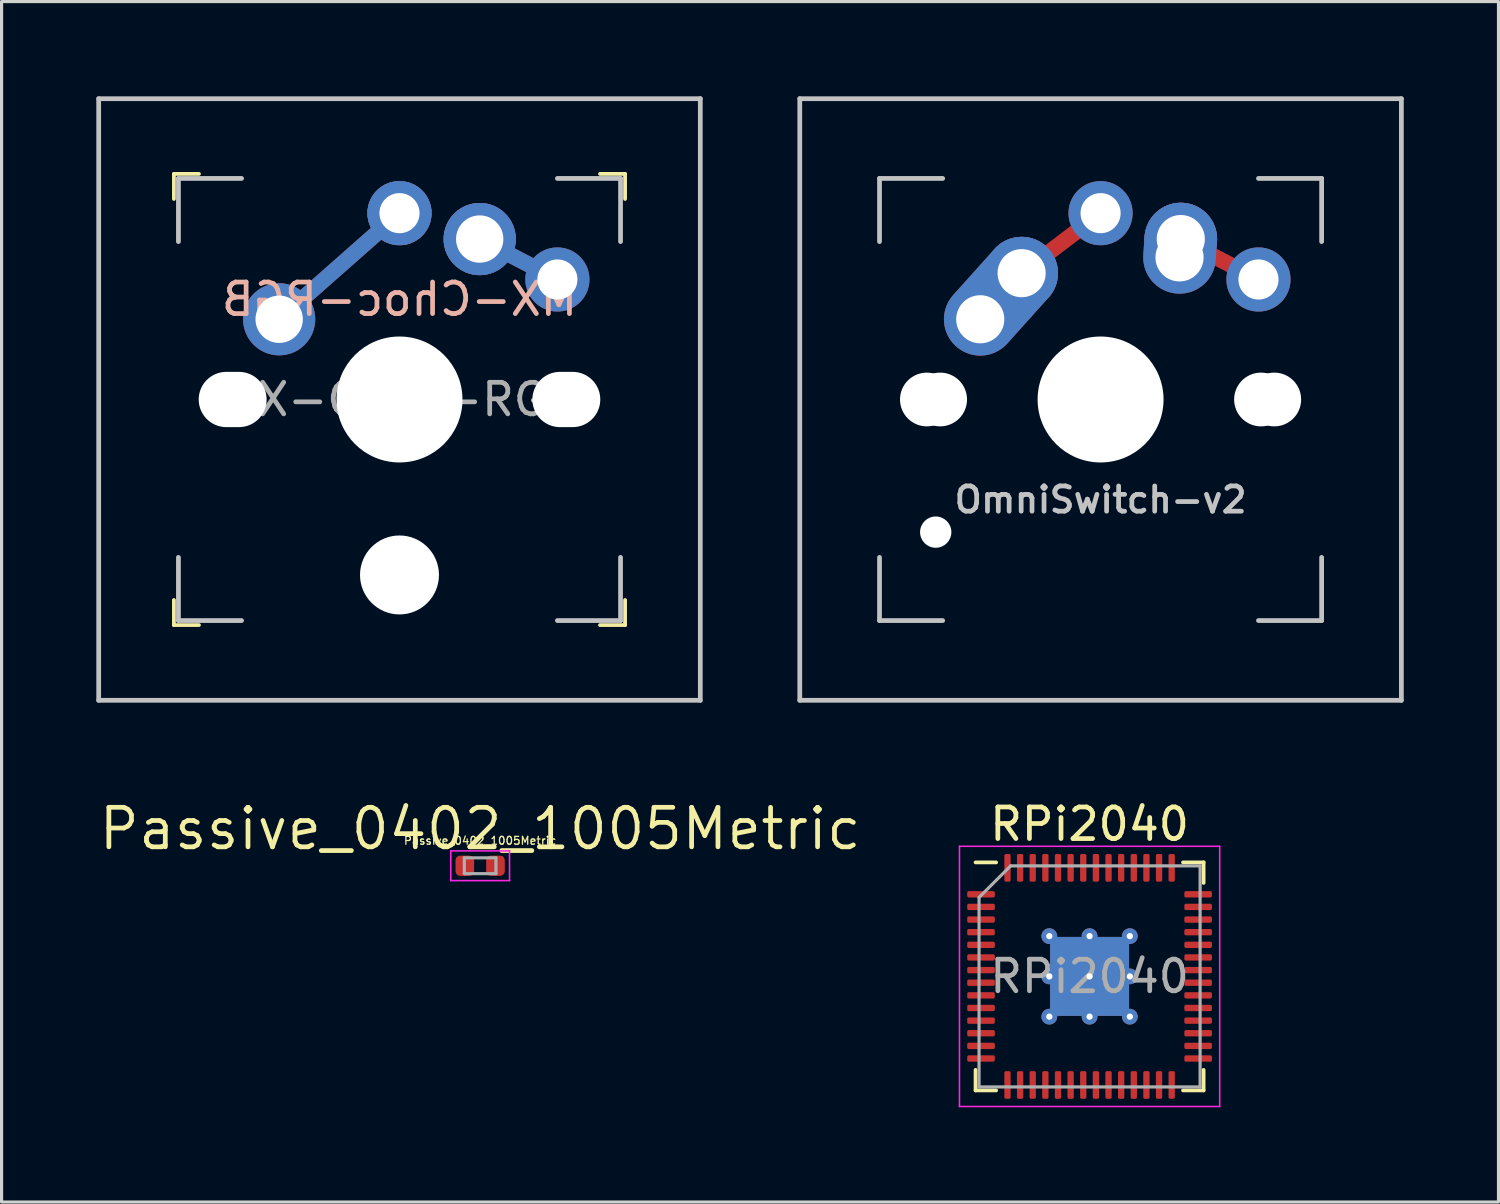
<source format=kicad_pcb>
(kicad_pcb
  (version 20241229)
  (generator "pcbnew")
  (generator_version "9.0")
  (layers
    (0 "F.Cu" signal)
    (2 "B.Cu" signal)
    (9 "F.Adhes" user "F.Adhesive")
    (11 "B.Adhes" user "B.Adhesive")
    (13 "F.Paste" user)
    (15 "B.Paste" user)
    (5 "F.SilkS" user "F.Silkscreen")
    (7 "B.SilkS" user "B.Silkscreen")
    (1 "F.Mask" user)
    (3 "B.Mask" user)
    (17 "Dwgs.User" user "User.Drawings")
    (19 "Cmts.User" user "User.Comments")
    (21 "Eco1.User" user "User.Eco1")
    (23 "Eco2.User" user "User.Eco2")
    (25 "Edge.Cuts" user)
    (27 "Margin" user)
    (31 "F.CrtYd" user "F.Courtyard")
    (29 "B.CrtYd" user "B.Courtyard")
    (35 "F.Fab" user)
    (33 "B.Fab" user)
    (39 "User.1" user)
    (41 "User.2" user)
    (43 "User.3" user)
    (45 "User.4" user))
  (footprint "RPi2040"
    (layer "F.Cu")
    (at 31.452 27.868)
    (property "Reference" "RPi2040" (at 0 -4.82 0) (layer "F.SilkS") (effects (font (size 1 1) (thickness 0.15))))
    (attr smd)
    (fp_line (start -3.61 3.61) (end -3.61 2.96) (stroke (width 0.12) (type solid)) (layer "F.SilkS"))
    (fp_line (start -2.96 -3.61) (end -3.61 -3.61) (stroke (width 0.12) (type solid)) (layer "F.SilkS"))
    (fp_line (start -2.96 3.61) (end -3.61 3.61) (stroke (width 0.12) (type solid)) (layer "F.SilkS"))
    (fp_line (start 2.96 -3.61) (end 3.61 -3.61) (stroke (width 0.12) (type solid)) (layer "F.SilkS"))
    (fp_line (start 2.96 3.61) (end 3.61 3.61) (stroke (width 0.12) (type solid)) (layer "F.SilkS"))
    (fp_line (start 3.61 -3.61) (end 3.61 -2.96) (stroke (width 0.12) (type solid)) (layer "F.SilkS"))
    (fp_line (start 3.61 3.61) (end 3.61 2.96) (stroke (width 0.12) (type solid)) (layer "F.SilkS"))
    (fp_line (start -4.12 -4.12) (end -4.12 4.12) (stroke (width 0.05) (type solid)) (layer "F.CrtYd"))
    (fp_line (start -4.12 4.12) (end 4.12 4.12) (stroke (width 0.05) (type solid)) (layer "F.CrtYd"))
    (fp_line (start 4.12 -4.12) (end -4.12 -4.12) (stroke (width 0.05) (type solid)) (layer "F.CrtYd"))
    (fp_line (start 4.12 4.12) (end 4.12 -4.12) (stroke (width 0.05) (type solid)) (layer "F.CrtYd"))
    (fp_line (start -3.5 -2.5) (end -2.5 -3.5) (stroke (width 0.1) (type solid)) (layer "F.Fab"))
    (fp_line (start -3.5 3.5) (end -3.5 -2.5) (stroke (width 0.1) (type solid)) (layer "F.Fab"))
    (fp_line (start -2.5 -3.5) (end 3.5 -3.5) (stroke (width 0.1) (type solid)) (layer "F.Fab"))
    (fp_line (start 3.5 -3.5) (end 3.5 3.5) (stroke (width 0.1) (type solid)) (layer "F.Fab"))
    (fp_line (start 3.5 3.5) (end -3.5 3.5) (stroke (width 0.1) (type solid)) (layer "F.Fab"))
    (fp_text user "${REFERENCE}" (at 0 0 0) (layer "F.Fab") (effects (font (size 1 1) (thickness 0.15))))
    (pad "" smd roundrect (at -0.637 -0.637) (size 1.084 1.084) (layers "F.Paste") (roundrect_rratio 0.231))
    (pad "" smd roundrect (at -0.637 0.637) (size 1.084 1.084) (layers "F.Paste") (roundrect_rratio 0.231))
    (pad "" smd roundrect (at 0.637 -0.637) (size 1.084 1.084) (layers "F.Paste") (roundrect_rratio 0.231))
    (pad "" smd roundrect (at 0.637 0.637) (size 1.084 1.084) (layers "F.Paste") (roundrect_rratio 0.231))
    (pad "1" smd roundrect (at -3.438 -2.6) (size 0.875 0.2) (layers "F.Cu" "F.Mask" "F.Paste") (roundrect_rratio 0.25))
    (pad "2" smd roundrect (at -3.438 -2.2) (size 0.875 0.2) (layers "F.Cu" "F.Mask" "F.Paste") (roundrect_rratio 0.25))
    (pad "3" smd roundrect (at -3.438 -1.8) (size 0.875 0.2) (layers "F.Cu" "F.Mask" "F.Paste") (roundrect_rratio 0.25))
    (pad "4" smd roundrect (at -3.438 -1.4) (size 0.875 0.2) (layers "F.Cu" "F.Mask" "F.Paste") (roundrect_rratio 0.25))
    (pad "5" smd roundrect (at -3.438 -1) (size 0.875 0.2) (layers "F.Cu" "F.Mask" "F.Paste") (roundrect_rratio 0.25))
    (pad "6" smd roundrect (at -3.438 -0.6) (size 0.875 0.2) (layers "F.Cu" "F.Mask" "F.Paste") (roundrect_rratio 0.25))
    (pad "7" smd roundrect (at -3.438 -0.2) (size 0.875 0.2) (layers "F.Cu" "F.Mask" "F.Paste") (roundrect_rratio 0.25))
    (pad "8" smd roundrect (at -3.438 0.2) (size 0.875 0.2) (layers "F.Cu" "F.Mask" "F.Paste") (roundrect_rratio 0.25))
    (pad "9" smd roundrect (at -3.438 0.6) (size 0.875 0.2) (layers "F.Cu" "F.Mask" "F.Paste") (roundrect_rratio 0.25))
    (pad "10" smd roundrect (at -3.438 1) (size 0.875 0.2) (layers "F.Cu" "F.Mask" "F.Paste") (roundrect_rratio 0.25))
    (pad "11" smd roundrect (at -3.438 1.4) (size 0.875 0.2) (layers "F.Cu" "F.Mask" "F.Paste") (roundrect_rratio 0.25))
    (pad "12" smd roundrect (at -3.438 1.8) (size 0.875 0.2) (layers "F.Cu" "F.Mask" "F.Paste") (roundrect_rratio 0.25))
    (pad "13" smd roundrect (at -3.438 2.2) (size 0.875 0.2) (layers "F.Cu" "F.Mask" "F.Paste") (roundrect_rratio 0.25))
    (pad "14" smd roundrect (at -3.438 2.6) (size 0.875 0.2) (layers "F.Cu" "F.Mask" "F.Paste") (roundrect_rratio 0.25))
    (pad "15" smd roundrect (at -2.6 3.438) (size 0.2 0.875) (layers "F.Cu" "F.Mask" "F.Paste") (roundrect_rratio 0.25))
    (pad "16" smd roundrect (at -2.2 3.438) (size 0.2 0.875) (layers "F.Cu" "F.Mask" "F.Paste") (roundrect_rratio 0.25))
    (pad "17" smd roundrect (at -1.8 3.438) (size 0.2 0.875) (layers "F.Cu" "F.Mask" "F.Paste") (roundrect_rratio 0.25))
    (pad "18" smd roundrect (at -1.4 3.438) (size 0.2 0.875) (layers "F.Cu" "F.Mask" "F.Paste") (roundrect_rratio 0.25))
    (pad "19" smd roundrect (at -1 3.438) (size 0.2 0.875) (layers "F.Cu" "F.Mask" "F.Paste") (roundrect_rratio 0.25))
    (pad "20" smd roundrect (at -0.6 3.438) (size 0.2 0.875) (layers "F.Cu" "F.Mask" "F.Paste") (roundrect_rratio 0.25))
    (pad "21" smd roundrect (at -0.2 3.438) (size 0.2 0.875) (layers "F.Cu" "F.Mask" "F.Paste") (roundrect_rratio 0.25))
    (pad "22" smd roundrect (at 0.2 3.438) (size 0.2 0.875) (layers "F.Cu" "F.Mask" "F.Paste") (roundrect_rratio 0.25))
    (pad "23" smd roundrect (at 0.6 3.438) (size 0.2 0.875) (layers "F.Cu" "F.Mask" "F.Paste") (roundrect_rratio 0.25))
    (pad "24" smd roundrect (at 1 3.438) (size 0.2 0.875) (layers "F.Cu" "F.Mask" "F.Paste") (roundrect_rratio 0.25))
    (pad "25" smd roundrect (at 1.4 3.438) (size 0.2 0.875) (layers "F.Cu" "F.Mask" "F.Paste") (roundrect_rratio 0.25))
    (pad "26" smd roundrect (at 1.8 3.438) (size 0.2 0.875) (layers "F.Cu" "F.Mask" "F.Paste") (roundrect_rratio 0.25))
    (pad "27" smd roundrect (at 2.2 3.438) (size 0.2 0.875) (layers "F.Cu" "F.Mask" "F.Paste") (roundrect_rratio 0.25))
    (pad "28" smd roundrect (at 2.6 3.438) (size 0.2 0.875) (layers "F.Cu" "F.Mask" "F.Paste") (roundrect_rratio 0.25))
    (pad "29" smd roundrect (at 3.438 2.6) (size 0.875 0.2) (layers "F.Cu" "F.Mask" "F.Paste") (roundrect_rratio 0.25))
    (pad "30" smd roundrect (at 3.438 2.2) (size 0.875 0.2) (layers "F.Cu" "F.Mask" "F.Paste") (roundrect_rratio 0.25))
    (pad "31" smd roundrect (at 3.438 1.8) (size 0.875 0.2) (layers "F.Cu" "F.Mask" "F.Paste") (roundrect_rratio 0.25))
    (pad "32" smd roundrect (at 3.438 1.4) (size 0.875 0.2) (layers "F.Cu" "F.Mask" "F.Paste") (roundrect_rratio 0.25))
    (pad "33" smd roundrect (at 3.438 1) (size 0.875 0.2) (layers "F.Cu" "F.Mask" "F.Paste") (roundrect_rratio 0.25))
    (pad "34" smd roundrect (at 3.438 0.6) (size 0.875 0.2) (layers "F.Cu" "F.Mask" "F.Paste") (roundrect_rratio 0.25))
    (pad "35" smd roundrect (at 3.438 0.2) (size 0.875 0.2) (layers "F.Cu" "F.Mask" "F.Paste") (roundrect_rratio 0.25))
    (pad "36" smd roundrect (at 3.438 -0.2) (size 0.875 0.2) (layers "F.Cu" "F.Mask" "F.Paste") (roundrect_rratio 0.25))
    (pad "37" smd roundrect (at 3.438 -0.6) (size 0.875 0.2) (layers "F.Cu" "F.Mask" "F.Paste") (roundrect_rratio 0.25))
    (pad "38" smd roundrect (at 3.438 -1) (size 0.875 0.2) (layers "F.Cu" "F.Mask" "F.Paste") (roundrect_rratio 0.25))
    (pad "39" smd roundrect (at 3.438 -1.4) (size 0.875 0.2) (layers "F.Cu" "F.Mask" "F.Paste") (roundrect_rratio 0.25))
    (pad "40" smd roundrect (at 3.438 -1.8) (size 0.875 0.2) (layers "F.Cu" "F.Mask" "F.Paste") (roundrect_rratio 0.25))
    (pad "41" smd roundrect (at 3.438 -2.2) (size 0.875 0.2) (layers "F.Cu" "F.Mask" "F.Paste") (roundrect_rratio 0.25))
    (pad "42" smd roundrect (at 3.438 -2.6) (size 0.875 0.2) (layers "F.Cu" "F.Mask" "F.Paste") (roundrect_rratio 0.25))
    (pad "43" smd roundrect (at 2.6 -3.438) (size 0.2 0.875) (layers "F.Cu" "F.Mask" "F.Paste") (roundrect_rratio 0.25))
    (pad "44" smd roundrect (at 2.2 -3.438) (size 0.2 0.875) (layers "F.Cu" "F.Mask" "F.Paste") (roundrect_rratio 0.25))
    (pad "45" smd roundrect (at 1.8 -3.438) (size 0.2 0.875) (layers "F.Cu" "F.Mask" "F.Paste") (roundrect_rratio 0.25))
    (pad "46" smd roundrect (at 1.4 -3.438) (size 0.2 0.875) (layers "F.Cu" "F.Mask" "F.Paste") (roundrect_rratio 0.25))
    (pad "47" smd roundrect (at 1 -3.438) (size 0.2 0.875) (layers "F.Cu" "F.Mask" "F.Paste") (roundrect_rratio 0.25))
    (pad "48" smd roundrect (at 0.6 -3.438) (size 0.2 0.875) (layers "F.Cu" "F.Mask" "F.Paste") (roundrect_rratio 0.25))
    (pad "49" smd roundrect (at 0.2 -3.438) (size 0.2 0.875) (layers "F.Cu" "F.Mask" "F.Paste") (roundrect_rratio 0.25))
    (pad "50" smd roundrect (at -0.2 -3.438) (size 0.2 0.875) (layers "F.Cu" "F.Mask" "F.Paste") (roundrect_rratio 0.25))
    (pad "51" smd roundrect (at -0.6 -3.438) (size 0.2 0.875) (layers "F.Cu" "F.Mask" "F.Paste") (roundrect_rratio 0.25))
    (pad "52" smd roundrect (at -1 -3.438) (size 0.2 0.875) (layers "F.Cu" "F.Mask" "F.Paste") (roundrect_rratio 0.25))
    (pad "53" smd roundrect (at -1.4 -3.438) (size 0.2 0.875) (layers "F.Cu" "F.Mask" "F.Paste") (roundrect_rratio 0.25))
    (pad "54" smd roundrect (at -1.8 -3.438) (size 0.2 0.875) (layers "F.Cu" "F.Mask" "F.Paste") (roundrect_rratio 0.25))
    (pad "55" smd roundrect (at -2.2 -3.438) (size 0.2 0.875) (layers "F.Cu" "F.Mask" "F.Paste") (roundrect_rratio 0.25))
    (pad "56" smd roundrect (at -2.6 -3.438) (size 0.2 0.875) (layers "F.Cu" "F.Mask" "F.Paste") (roundrect_rratio 0.25))
    (pad "57" thru_hole circle (at -1.275 -1.275) (size 0.5 0.5) (drill 0.2) (layers "*.Cu"))
    (pad "57" thru_hole circle (at -1.275 0) (size 0.5 0.5) (drill 0.2) (layers "*.Cu"))
    (pad "57" thru_hole circle (at -1.275 1.275) (size 0.5 0.5) (drill 0.2) (layers "*.Cu"))
    (pad "57" thru_hole circle (at 0 -1.275) (size 0.5 0.5) (drill 0.2) (layers "*.Cu"))
    (pad "57" thru_hole circle (at 0 0) (size 0.5 0.5) (drill 0.2) (layers "*.Cu"))
    (pad "57" smd rect (at 0 0) (size 2.5 2.5) (layers "F.Cu" "F.Mask"))
    (pad "57" smd rect (at 0 0) (size 2.5 2.5) (layers "B.Cu"))
    (pad "57" thru_hole circle (at 0 1.275) (size 0.5 0.5) (drill 0.2) (layers "*.Cu"))
    (pad "57" thru_hole circle (at 1.275 -1.275) (size 0.5 0.5) (drill 0.2) (layers "*.Cu"))
    (pad "57" thru_hole circle (at 1.275 0) (size 0.5 0.5) (drill 0.2) (layers "*.Cu"))
    (pad "57" thru_hole circle (at 1.275 1.275) (size 0.5 0.5) (drill 0.2) (layers "*.Cu")))
  (footprint "OmniSwitch-v2"
    (layer "F.Cu")
    (at 31.8 9.6)
    (property "Reference" "OmniSwitch-v2" (at 0 3.175 0) (layer "Dwgs.User") (effects (font (size 0.8 0.8) (thickness 0.15))))
    (attr through_hole)
    (fp_line (start 0 -5.9) (end -2.5 -4) (stroke (width 0.5) (type default)) (layer "F.Cu"))
    (fp_line (start 5 -3.8) (end 2.54 -5.08) (stroke (width 0.5) (type default)) (layer "F.Cu"))
    (fp_line (start -9.525 9.525) (end -9.525 -9.525) (stroke (width 0.15) (type solid)) (layer "Dwgs.User"))
    (fp_line (start -7 -7) (end -7 -5) (stroke (width 0.15) (type solid)) (layer "Dwgs.User"))
    (fp_line (start -7 5) (end -7 7) (stroke (width 0.15) (type solid)) (layer "Dwgs.User"))
    (fp_line (start -7 7) (end -5 7) (stroke (width 0.15) (type solid)) (layer "Dwgs.User"))
    (fp_line (start -5 -7) (end -7 -7) (stroke (width 0.15) (type solid)) (layer "Dwgs.User"))
    (fp_line (start 5 -7) (end 7 -7) (stroke (width 0.15) (type solid)) (layer "Dwgs.User"))
    (fp_line (start 5 7) (end 7 7) (stroke (width 0.15) (type solid)) (layer "Dwgs.User"))
    (fp_line (start 7 -7) (end 7 -5) (stroke (width 0.15) (type solid)) (layer "Dwgs.User"))
    (fp_line (start 7 7) (end 7 5) (stroke (width 0.15) (type solid)) (layer "Dwgs.User"))
    (fp_line (start 9.525 -9.525) (end -9.525 -9.525) (stroke (width 0.15) (type solid)) (layer "Dwgs.User"))
    (fp_line (start 9.525 9.525) (end -9.525 9.525) (stroke (width 0.15) (type solid)) (layer "Dwgs.User"))
    (fp_line (start 9.525 9.525) (end 9.525 -9.525) (stroke (width 0.15) (type solid)) (layer "Dwgs.User"))
    (pad "" np_thru_hole circle (at -5.5 0 180) (size 1.702 1.702) (drill 1.702) (layers "*.Cu" "*.Mask"))
    (pad "" np_thru_hole circle (at -5.22 4.2 180) (size 0.991 0.991) (drill 0.991) (layers "*.Cu" "*.Mask"))
    (pad "" np_thru_hole circle (at -5.08 0 48.099) (size 1.702 1.702) (drill 1.702) (layers "*.Cu" "*.Mask"))
    (pad "" np_thru_hole circle (at 0 0) (size 3.988 3.988) (drill 3.988) (layers "*.Cu" "*.Mask"))
    (pad "" np_thru_hole circle (at 5.08 0 48.099) (size 1.702 1.702) (drill 1.702) (layers "*.Cu" "*.Mask"))
    (pad "" np_thru_hole circle (at 5.5 0 180) (size 1.702 1.702) (drill 1.702) (layers "*.Cu" "*.Mask"))
    (pad "1" thru_hole oval (at -3.81 -2.54 48.099) (size 4.262 2.3) (drill 1.524 (offset 0.981 0)) (layers "*.Cu" "B.Mask"))
    (pad "1" thru_hole circle (at -2.5 -4) (size 2.3 2.3) (drill 1.524) (layers "*.Cu" "B.Mask"))
    (pad "1" thru_hole circle (at 0 -5.9 180) (size 2.032 2.032) (drill 1.27) (layers "*.Cu" "*.Mask"))
    (pad "2" thru_hole oval (at 2.5 -4.5 86.054) (size 2.881 2.3) (drill 1.524 (offset 0.291 0)) (layers "*.Cu" "B.Mask"))
    (pad "2" thru_hole circle (at 2.54 -5.08) (size 2.3 2.3) (drill 1.524) (layers "*.Cu" "B.Mask"))
    (pad "2" thru_hole circle (at 5 -3.8 180) (size 2.032 2.032) (drill 1.27) (layers "*.Cu" "*.Mask")))
  (footprint "Passive_0402_1005Metric"
    (layer "F.Cu")
    (at 12.154 24.364)
    (property "Reference" "Passive_0402_1005Metric" (at 0 -1.17 0) (layer "F.SilkS") (effects (font (size 1.25 1.25) (thickness 0.15))))
    (attr smd)
    (fp_line (start -0.93 -0.47) (end 0.93 -0.47) (stroke (width 0.05) (type solid)) (layer "F.CrtYd"))
    (fp_line (start -0.93 0.47) (end -0.93 -0.47) (stroke (width 0.05) (type solid)) (layer "F.CrtYd"))
    (fp_line (start 0.93 -0.47) (end 0.93 0.47) (stroke (width 0.05) (type solid)) (layer "F.CrtYd"))
    (fp_line (start 0.93 0.47) (end -0.93 0.47) (stroke (width 0.05) (type solid)) (layer "F.CrtYd"))
    (fp_line (start -0.5 -0.25) (end 0.5 -0.25) (stroke (width 0.1) (type solid)) (layer "F.Fab"))
    (fp_line (start -0.5 0.25) (end -0.5 -0.25) (stroke (width 0.1) (type solid)) (layer "F.Fab"))
    (fp_line (start 0.5 -0.25) (end 0.5 0.25) (stroke (width 0.1) (type solid)) (layer "F.Fab"))
    (fp_line (start 0.5 0.25) (end -0.5 0.25) (stroke (width 0.1) (type solid)) (layer "F.Fab"))
    (fp_text user "${REFERENCE}" (at 0 -0.794 0) (layer "F.SilkS") (effects (font (size 0.25 0.25) (thickness 0.04))))
    (pad "1" smd roundrect (at -0.485 0) (size 0.59 0.64) (layers "F.Cu" "F.Mask" "F.Paste") (roundrect_rratio 0.25))
    (pad "2" smd roundrect (at 0.485 0) (size 0.59 0.64) (layers "F.Cu" "F.Mask" "F.Paste") (roundrect_rratio 0.25)))
  (footprint "MX-Choc-RGB"
    (layer "F.Cu")
    (at 9.6 9.6)
    (property "Reference" "MX-Choc-RGB" (at 0 -3.175 0) (layer "B.SilkS") (effects (font (size 1 1) (thickness 0.15)) (justify mirror)))
    (attr through_hole)
    (fp_line (start -7.143 -7.143) (end -6.35 -7.143) (stroke (width 0.12) (type solid)) (layer "F.SilkS"))
    (fp_line (start -7.143 -6.35) (end -7.143 -7.143) (stroke (width 0.12) (type solid)) (layer "F.SilkS"))
    (fp_line (start -7.143 6.35) (end -7.143 7.143) (stroke (width 0.12) (type solid)) (layer "F.SilkS"))
    (fp_line (start -7.143 7.143) (end -6.35 7.143) (stroke (width 0.12) (type solid)) (layer "F.SilkS"))
    (fp_line (start 6.35 -7.143) (end 7.143 -7.143) (stroke (width 0.12) (type solid)) (layer "F.SilkS"))
    (fp_line (start 7.143 -7.143) (end 7.143 -6.35) (stroke (width 0.12) (type solid)) (layer "F.SilkS"))
    (fp_line (start 7.143 6.35) (end 7.143 7.143) (stroke (width 0.12) (type solid)) (layer "F.SilkS"))
    (fp_line (start 7.143 7.143) (end 6.35 7.143) (stroke (width 0.12) (type solid)) (layer "F.SilkS"))
    (fp_line (start -9.525 -9.525) (end 9.525 -9.525) (stroke (width 0.15) (type solid)) (layer "Dwgs.User"))
    (fp_line (start -9.525 9.525) (end -9.525 -9.525) (stroke (width 0.15) (type solid)) (layer "Dwgs.User"))
    (fp_line (start -7 -7) (end -7 -5) (stroke (width 0.15) (type solid)) (layer "Dwgs.User"))
    (fp_line (start -7 5) (end -7 7) (stroke (width 0.15) (type solid)) (layer "Dwgs.User"))
    (fp_line (start -7 7) (end -5 7) (stroke (width 0.15) (type solid)) (layer "Dwgs.User"))
    (fp_line (start -5 -7) (end -7 -7) (stroke (width 0.15) (type solid)) (layer "Dwgs.User"))
    (fp_line (start 5 -7) (end 7 -7) (stroke (width 0.15) (type solid)) (layer "Dwgs.User"))
    (fp_line (start 5 7) (end 7 7) (stroke (width 0.15) (type solid)) (layer "Dwgs.User"))
    (fp_line (start 7 -7) (end 7 -5) (stroke (width 0.15) (type solid)) (layer "Dwgs.User"))
    (fp_line (start 7 7) (end 7 5) (stroke (width 0.15) (type solid)) (layer "Dwgs.User"))
    (fp_line (start 9.525 -9.525) (end 9.525 9.525) (stroke (width 0.15) (type solid)) (layer "Dwgs.User"))
    (fp_line (start 9.525 9.525) (end -9.525 9.525) (stroke (width 0.15) (type solid)) (layer "Dwgs.User"))
    (fp_text user "${REFERENCE}" (at 0 0 0) (layer "F.Fab") (effects (font (size 1 1) (thickness 0.15))))
    (pad "" np_thru_hole oval (at -5.283 0) (size 2.15 1.75) (drill oval 2.15 1.75) (layers "*.Cu" "*.Mask"))
    (pad "" np_thru_hole circle (at 0 0) (size 3.988 3.988) (drill 3.988) (layers "*.Cu" "*.Mask"))
    (pad "" np_thru_hole circle (at 0 5.556) (size 2.5 2.5) (drill 2.5) (layers "*.Cu" "*.Mask"))
    (pad "" np_thru_hole oval (at 5.283 0) (size 2.15 1.75) (drill oval 2.15 1.75) (layers "*.Cu" "*.Mask"))
    (pad "1" smd circle (at 2.54 -5.08) (size 2.286 2.286) (layers "F.Cu" "F.Mask"))
    (pad "1" smd circle (at 2.54 -5.08) (size 2.286 2.286) (layers "B.Cu" "B.Mask"))
    (pad "1" thru_hole custom (at 2.54 -5.08) (size 2.286 2.286) (drill 1.499) (layers "*.Cu") (options (anchor circle)) (primitives (gr_line (start 0 0) (end 2.46 1.28) (width 0.5))))
    (pad "1" thru_hole circle (at 5 -3.8 180) (size 2.032 2.032) (drill 1.27) (layers "*.Cu" "*.Mask"))
    (pad "2" thru_hole circle (at -3.81 -2.54) (size 2.286 2.286) (drill 1.499) (layers "*.Cu" "*.Mask"))
    (pad "2" smd circle (at 0 -5.9 180) (size 2.032 2.032) (layers "F.Cu" "F.Mask"))
    (pad "2" smd circle (at 0 -5.9 180) (size 2.032 2.032) (layers "B.Cu" "B.Mask"))
    (pad "2" thru_hole custom (at 0 -5.9 180) (size 2.032 2.032) (drill 1.27) (layers "*.Cu") (options (anchor circle)) (primitives (gr_line (start 0 0) (end 3.81 -3.36) (width 0.5)))))
  (gr_rect
    (start -3 -3)
    (end 44.4 35.013)
    (stroke (width 0.1) (type default))
    (fill no)
    (layer "Edge.Cuts")))
</source>
